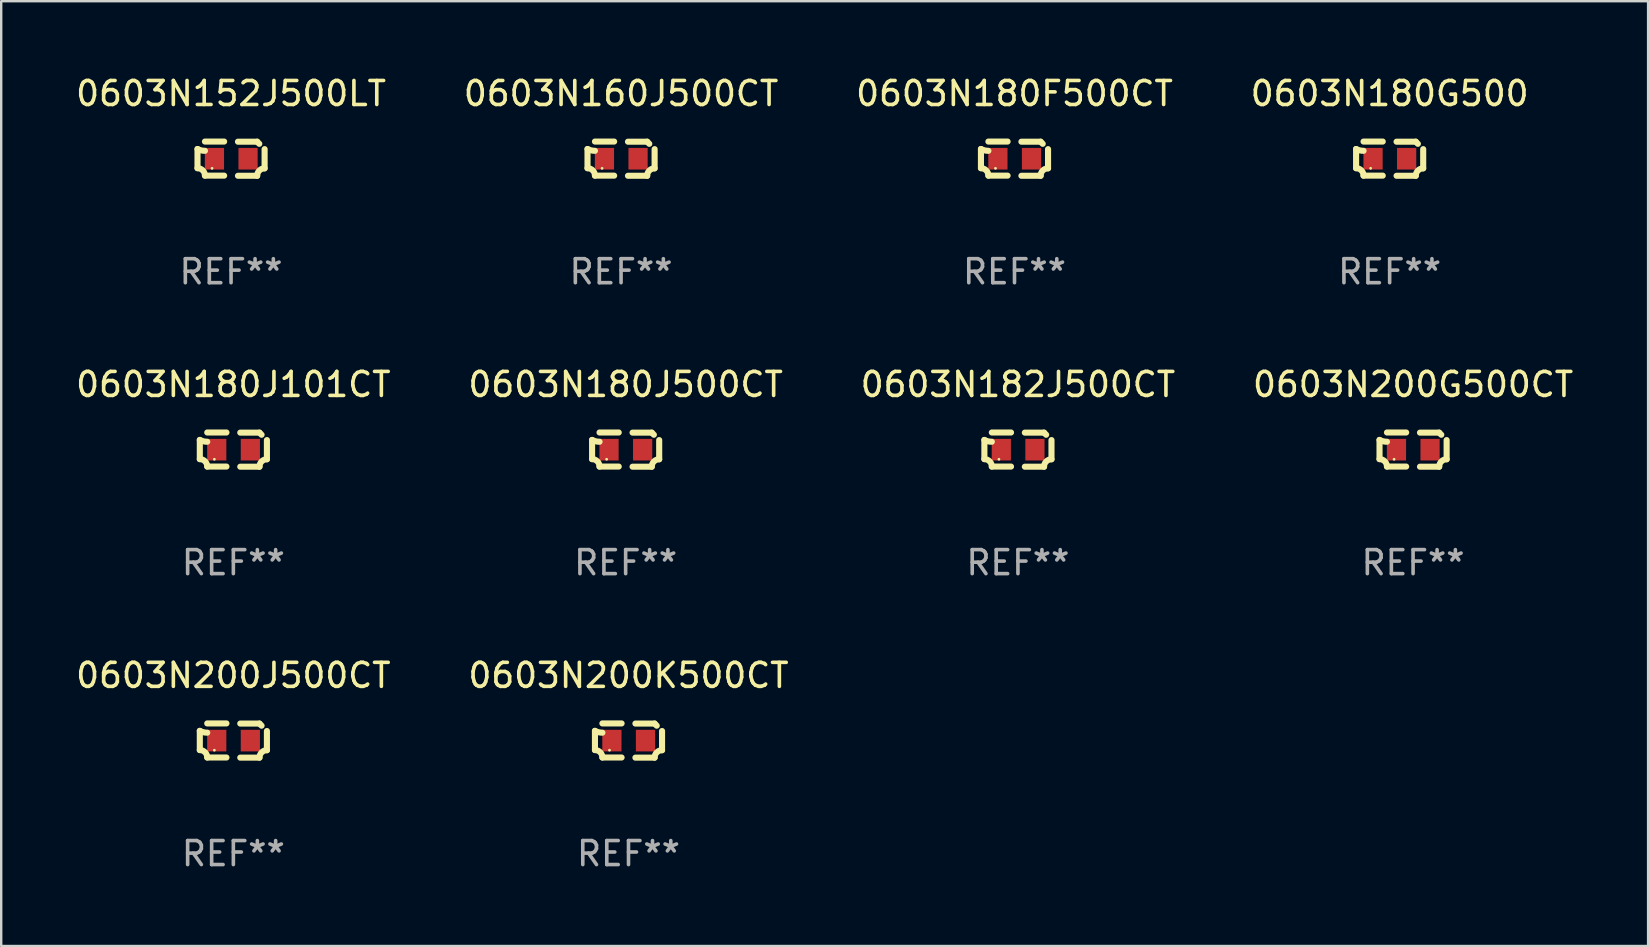
<source format=kicad_pcb>
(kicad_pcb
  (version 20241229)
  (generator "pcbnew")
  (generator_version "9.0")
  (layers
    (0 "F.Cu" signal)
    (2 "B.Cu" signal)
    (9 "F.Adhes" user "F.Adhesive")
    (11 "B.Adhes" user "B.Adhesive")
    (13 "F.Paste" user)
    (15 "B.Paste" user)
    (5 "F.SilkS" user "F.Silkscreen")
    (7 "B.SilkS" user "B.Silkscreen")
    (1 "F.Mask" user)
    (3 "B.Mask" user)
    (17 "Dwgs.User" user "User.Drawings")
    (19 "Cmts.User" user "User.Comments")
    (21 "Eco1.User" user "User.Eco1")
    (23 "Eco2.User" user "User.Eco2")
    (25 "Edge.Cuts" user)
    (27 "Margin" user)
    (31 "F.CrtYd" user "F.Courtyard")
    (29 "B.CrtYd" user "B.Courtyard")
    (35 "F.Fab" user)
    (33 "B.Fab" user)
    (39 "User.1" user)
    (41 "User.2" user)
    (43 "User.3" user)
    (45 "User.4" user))
  (footprint "0603N180F500CT"
    (layer "F.Cu")
    (at 39.22 3.561)
    (property "Reference" "0603N180F500CT" (at 0 -2.713 0) (layer "F.SilkS") (effects (font (size 1 1) (thickness 0.15))))
    (attr through_hole)
    (fp_line (start -1.398 -0.403) (end -1.398 0.397) (stroke (width 0.254) (type solid)) (layer "F.SilkS"))
    (fp_line (start -0.288 -0.713) (end -1.088 -0.713) (stroke (width 0.254) (type solid)) (layer "F.SilkS"))
    (fp_line (start -0.288 0.707) (end -1.088 0.707) (stroke (width 0.254) (type solid)) (layer "F.SilkS"))
    (fp_line (start 0.288 -0.707) (end 1.088 -0.707) (stroke (width 0.254) (type solid)) (layer "F.SilkS"))
    (fp_line (start 0.288 0.713) (end 1.088 0.713) (stroke (width 0.254) (type solid)) (layer "F.SilkS"))
    (fp_line (start 1.398 -0.397) (end 1.398 0.403) (stroke (width 0.254) (type solid)) (layer "F.SilkS"))
    (fp_arc (start -1.397789 0.397066) (mid -1.178701 0.487826) (end -1.08796 0.706922) (stroke (width 0.254001) (type solid)) (layer "F.SilkS"))
    (fp_arc (start -1.08796 -0.327176) (mid -1.247436 -0.346384) (end -1.39779 -0.402908) (stroke (width 0.254001) (type solid)) (layer "F.SilkS"))
    (fp_arc (start 1.087909 0.712738) (mid 1.178656 0.493655) (end 1.397739 0.402908) (stroke (width 0.254001) (type solid)) (layer "F.SilkS"))
    (fp_arc (start 1.175925 -0.618926) (mid 1.131917 -0.662923) (end 1.08791 -0.706922) (stroke (width 0.254001) (type solid)) (layer "F.SilkS"))
    (fp_circle (center -0.792 0.403) (end -0.762 0.403) (stroke (width 0.06) (type solid)) (fill no) (layer "F.SilkS"))
    (fp_text user "REF**" (at 0 4.713 0) (layer "F.Fab") (effects (font (size 1 1) (thickness 0.15))))
    (pad "1" smd rect (at -0.692 0.003) (size 0.8 0.9) (layers "F.Cu" "F.Mask" "F.Paste"))
    (pad "2" smd rect (at 0.708 0.003) (size 0.8 0.9) (layers "F.Cu" "F.Mask" "F.Paste")))
  (footprint "0603N200K500CT"
    (layer "F.Cu")
    (at 23.137 27.805)
    (property "Reference" "0603N200K500CT" (at 0 -2.713 0) (layer "F.SilkS") (effects (font (size 1 1) (thickness 0.15))))
    (attr through_hole)
    (fp_line (start -1.398 -0.403) (end -1.398 0.397) (stroke (width 0.254) (type solid)) (layer "F.SilkS"))
    (fp_line (start -0.288 -0.713) (end -1.088 -0.713) (stroke (width 0.254) (type solid)) (layer "F.SilkS"))
    (fp_line (start -0.288 0.707) (end -1.088 0.707) (stroke (width 0.254) (type solid)) (layer "F.SilkS"))
    (fp_line (start 0.288 -0.707) (end 1.088 -0.707) (stroke (width 0.254) (type solid)) (layer "F.SilkS"))
    (fp_line (start 0.288 0.713) (end 1.088 0.713) (stroke (width 0.254) (type solid)) (layer "F.SilkS"))
    (fp_line (start 1.398 -0.397) (end 1.398 0.403) (stroke (width 0.254) (type solid)) (layer "F.SilkS"))
    (fp_arc (start -1.397789 0.397066) (mid -1.178701 0.487826) (end -1.08796 0.706922) (stroke (width 0.254001) (type solid)) (layer "F.SilkS"))
    (fp_arc (start -1.08796 -0.327176) (mid -1.247436 -0.346384) (end -1.39779 -0.402908) (stroke (width 0.254001) (type solid)) (layer "F.SilkS"))
    (fp_arc (start 1.087909 0.712738) (mid 1.178656 0.493655) (end 1.397739 0.402908) (stroke (width 0.254001) (type solid)) (layer "F.SilkS"))
    (fp_arc (start 1.175925 -0.618926) (mid 1.131917 -0.662923) (end 1.08791 -0.706922) (stroke (width 0.254001) (type solid)) (layer "F.SilkS"))
    (fp_circle (center -0.792 0.403) (end -0.762 0.403) (stroke (width 0.06) (type solid)) (fill no) (layer "F.SilkS"))
    (fp_text user "REF**" (at 0 4.713 0) (layer "F.Fab") (effects (font (size 1 1) (thickness 0.15))))
    (pad "1" smd rect (at -0.692 0.003) (size 0.8 0.9) (layers "F.Cu" "F.Mask" "F.Paste"))
    (pad "2" smd rect (at 0.708 0.003) (size 0.8 0.9) (layers "F.Cu" "F.Mask" "F.Paste")))
  (footprint "0603N180G500"
    (layer "F.Cu")
    (at 54.851 3.561)
    (property "Reference" "0603N180G500" (at 0 -2.713 0) (layer "F.SilkS") (effects (font (size 1 1) (thickness 0.15))))
    (attr through_hole)
    (fp_line (start -1.398 -0.403) (end -1.398 0.397) (stroke (width 0.254) (type solid)) (layer "F.SilkS"))
    (fp_line (start -0.288 -0.713) (end -1.088 -0.713) (stroke (width 0.254) (type solid)) (layer "F.SilkS"))
    (fp_line (start -0.288 0.707) (end -1.088 0.707) (stroke (width 0.254) (type solid)) (layer "F.SilkS"))
    (fp_line (start 0.288 -0.707) (end 1.088 -0.707) (stroke (width 0.254) (type solid)) (layer "F.SilkS"))
    (fp_line (start 0.288 0.713) (end 1.088 0.713) (stroke (width 0.254) (type solid)) (layer "F.SilkS"))
    (fp_line (start 1.398 -0.397) (end 1.398 0.403) (stroke (width 0.254) (type solid)) (layer "F.SilkS"))
    (fp_arc (start -1.397789 0.397066) (mid -1.178701 0.487826) (end -1.08796 0.706922) (stroke (width 0.254001) (type solid)) (layer "F.SilkS"))
    (fp_arc (start -1.08796 -0.327176) (mid -1.247436 -0.346384) (end -1.39779 -0.402908) (stroke (width 0.254001) (type solid)) (layer "F.SilkS"))
    (fp_arc (start 1.087909 0.712738) (mid 1.178656 0.493655) (end 1.397739 0.402908) (stroke (width 0.254001) (type solid)) (layer "F.SilkS"))
    (fp_arc (start 1.175925 -0.618926) (mid 1.131917 -0.662923) (end 1.08791 -0.706922) (stroke (width 0.254001) (type solid)) (layer "F.SilkS"))
    (fp_circle (center -0.792 0.403) (end -0.762 0.403) (stroke (width 0.06) (type solid)) (fill no) (layer "F.SilkS"))
    (fp_text user "REF**" (at 0 4.713 0) (layer "F.Fab") (effects (font (size 1 1) (thickness 0.15))))
    (pad "1" smd rect (at -0.692 0.003) (size 0.8 0.9) (layers "F.Cu" "F.Mask" "F.Paste"))
    (pad "2" smd rect (at 0.708 0.003) (size 0.8 0.9) (layers "F.Cu" "F.Mask" "F.Paste")))
  (footprint "0603N180J500CT"
    (layer "F.Cu")
    (at 23.018 15.683)
    (property "Reference" "0603N180J500CT" (at 0 -2.713 0) (layer "F.SilkS") (effects (font (size 1 1) (thickness 0.15))))
    (attr through_hole)
    (fp_line (start -1.398 -0.403) (end -1.398 0.397) (stroke (width 0.254) (type solid)) (layer "F.SilkS"))
    (fp_line (start -0.288 -0.713) (end -1.088 -0.713) (stroke (width 0.254) (type solid)) (layer "F.SilkS"))
    (fp_line (start -0.288 0.707) (end -1.088 0.707) (stroke (width 0.254) (type solid)) (layer "F.SilkS"))
    (fp_line (start 0.288 -0.707) (end 1.088 -0.707) (stroke (width 0.254) (type solid)) (layer "F.SilkS"))
    (fp_line (start 0.288 0.713) (end 1.088 0.713) (stroke (width 0.254) (type solid)) (layer "F.SilkS"))
    (fp_line (start 1.398 -0.397) (end 1.398 0.403) (stroke (width 0.254) (type solid)) (layer "F.SilkS"))
    (fp_arc (start -1.397789 0.397066) (mid -1.178701 0.487826) (end -1.08796 0.706922) (stroke (width 0.254001) (type solid)) (layer "F.SilkS"))
    (fp_arc (start -1.08796 -0.327176) (mid -1.247436 -0.346384) (end -1.39779 -0.402908) (stroke (width 0.254001) (type solid)) (layer "F.SilkS"))
    (fp_arc (start 1.087909 0.712738) (mid 1.178656 0.493655) (end 1.397739 0.402908) (stroke (width 0.254001) (type solid)) (layer "F.SilkS"))
    (fp_arc (start 1.175925 -0.618926) (mid 1.131917 -0.662923) (end 1.08791 -0.706922) (stroke (width 0.254001) (type solid)) (layer "F.SilkS"))
    (fp_circle (center -0.792 0.403) (end -0.762 0.403) (stroke (width 0.06) (type solid)) (fill no) (layer "F.SilkS"))
    (fp_text user "REF**" (at 0 4.713 0) (layer "F.Fab") (effects (font (size 1 1) (thickness 0.15))))
    (pad "1" smd rect (at -0.692 0.003) (size 0.8 0.9) (layers "F.Cu" "F.Mask" "F.Paste"))
    (pad "2" smd rect (at 0.708 0.003) (size 0.8 0.9) (layers "F.Cu" "F.Mask" "F.Paste")))
  (footprint "0603N200J500CT"
    (layer "F.Cu")
    (at 6.673 27.805)
    (property "Reference" "0603N200J500CT" (at 0 -2.713 0) (layer "F.SilkS") (effects (font (size 1 1) (thickness 0.15))))
    (attr through_hole)
    (fp_line (start -1.398 -0.403) (end -1.398 0.397) (stroke (width 0.254) (type solid)) (layer "F.SilkS"))
    (fp_line (start -0.288 -0.713) (end -1.088 -0.713) (stroke (width 0.254) (type solid)) (layer "F.SilkS"))
    (fp_line (start -0.288 0.707) (end -1.088 0.707) (stroke (width 0.254) (type solid)) (layer "F.SilkS"))
    (fp_line (start 0.288 -0.707) (end 1.088 -0.707) (stroke (width 0.254) (type solid)) (layer "F.SilkS"))
    (fp_line (start 0.288 0.713) (end 1.088 0.713) (stroke (width 0.254) (type solid)) (layer "F.SilkS"))
    (fp_line (start 1.398 -0.397) (end 1.398 0.403) (stroke (width 0.254) (type solid)) (layer "F.SilkS"))
    (fp_arc (start -1.397789 0.397066) (mid -1.178701 0.487826) (end -1.08796 0.706922) (stroke (width 0.254001) (type solid)) (layer "F.SilkS"))
    (fp_arc (start -1.08796 -0.327176) (mid -1.247436 -0.346384) (end -1.39779 -0.402908) (stroke (width 0.254001) (type solid)) (layer "F.SilkS"))
    (fp_arc (start 1.087909 0.712738) (mid 1.178656 0.493655) (end 1.397739 0.402908) (stroke (width 0.254001) (type solid)) (layer "F.SilkS"))
    (fp_arc (start 1.175925 -0.618926) (mid 1.131917 -0.662923) (end 1.08791 -0.706922) (stroke (width 0.254001) (type solid)) (layer "F.SilkS"))
    (fp_circle (center -0.792 0.403) (end -0.762 0.403) (stroke (width 0.06) (type solid)) (fill no) (layer "F.SilkS"))
    (fp_text user "REF**" (at 0 4.713 0) (layer "F.Fab") (effects (font (size 1 1) (thickness 0.15))))
    (pad "1" smd rect (at -0.692 0.003) (size 0.8 0.9) (layers "F.Cu" "F.Mask" "F.Paste"))
    (pad "2" smd rect (at 0.708 0.003) (size 0.8 0.9) (layers "F.Cu" "F.Mask" "F.Paste")))
  (footprint "0603N200G500CT"
    (layer "F.Cu")
    (at 55.827 15.683)
    (property "Reference" "0603N200G500CT" (at 0 -2.713 0) (layer "F.SilkS") (effects (font (size 1 1) (thickness 0.15))))
    (attr through_hole)
    (fp_line (start -1.398 -0.403) (end -1.398 0.397) (stroke (width 0.254) (type solid)) (layer "F.SilkS"))
    (fp_line (start -0.288 -0.713) (end -1.088 -0.713) (stroke (width 0.254) (type solid)) (layer "F.SilkS"))
    (fp_line (start -0.288 0.707) (end -1.088 0.707) (stroke (width 0.254) (type solid)) (layer "F.SilkS"))
    (fp_line (start 0.288 -0.707) (end 1.088 -0.707) (stroke (width 0.254) (type solid)) (layer "F.SilkS"))
    (fp_line (start 0.288 0.713) (end 1.088 0.713) (stroke (width 0.254) (type solid)) (layer "F.SilkS"))
    (fp_line (start 1.398 -0.397) (end 1.398 0.403) (stroke (width 0.254) (type solid)) (layer "F.SilkS"))
    (fp_arc (start -1.397789 0.397066) (mid -1.178701 0.487826) (end -1.08796 0.706922) (stroke (width 0.254001) (type solid)) (layer "F.SilkS"))
    (fp_arc (start -1.08796 -0.327176) (mid -1.247436 -0.346384) (end -1.39779 -0.402908) (stroke (width 0.254001) (type solid)) (layer "F.SilkS"))
    (fp_arc (start 1.087909 0.712738) (mid 1.178656 0.493655) (end 1.397739 0.402908) (stroke (width 0.254001) (type solid)) (layer "F.SilkS"))
    (fp_arc (start 1.175925 -0.618926) (mid 1.131917 -0.662923) (end 1.08791 -0.706922) (stroke (width 0.254001) (type solid)) (layer "F.SilkS"))
    (fp_circle (center -0.792 0.403) (end -0.762 0.403) (stroke (width 0.06) (type solid)) (fill no) (layer "F.SilkS"))
    (fp_text user "REF**" (at 0 4.713 0) (layer "F.Fab") (effects (font (size 1 1) (thickness 0.15))))
    (pad "1" smd rect (at -0.692 0.003) (size 0.8 0.9) (layers "F.Cu" "F.Mask" "F.Paste"))
    (pad "2" smd rect (at 0.708 0.003) (size 0.8 0.9) (layers "F.Cu" "F.Mask" "F.Paste")))
  (footprint "0603N152J500LT"
    (layer "F.Cu")
    (at 6.577 3.561)
    (property "Reference" "0603N152J500LT" (at 0 -2.713 0) (layer "F.SilkS") (effects (font (size 1 1) (thickness 0.15))))
    (attr through_hole)
    (fp_line (start -1.398 -0.403) (end -1.398 0.397) (stroke (width 0.254) (type solid)) (layer "F.SilkS"))
    (fp_line (start -0.288 -0.713) (end -1.088 -0.713) (stroke (width 0.254) (type solid)) (layer "F.SilkS"))
    (fp_line (start -0.288 0.707) (end -1.088 0.707) (stroke (width 0.254) (type solid)) (layer "F.SilkS"))
    (fp_line (start 0.288 -0.707) (end 1.088 -0.707) (stroke (width 0.254) (type solid)) (layer "F.SilkS"))
    (fp_line (start 0.288 0.713) (end 1.088 0.713) (stroke (width 0.254) (type solid)) (layer "F.SilkS"))
    (fp_line (start 1.398 -0.397) (end 1.398 0.403) (stroke (width 0.254) (type solid)) (layer "F.SilkS"))
    (fp_arc (start -1.397789 0.397066) (mid -1.178701 0.487826) (end -1.08796 0.706922) (stroke (width 0.254001) (type solid)) (layer "F.SilkS"))
    (fp_arc (start -1.08796 -0.327176) (mid -1.247436 -0.346384) (end -1.39779 -0.402908) (stroke (width 0.254001) (type solid)) (layer "F.SilkS"))
    (fp_arc (start 1.087909 0.712738) (mid 1.178656 0.493655) (end 1.397739 0.402908) (stroke (width 0.254001) (type solid)) (layer "F.SilkS"))
    (fp_arc (start 1.175925 -0.618926) (mid 1.131917 -0.662923) (end 1.08791 -0.706922) (stroke (width 0.254001) (type solid)) (layer "F.SilkS"))
    (fp_circle (center -0.792 0.403) (end -0.762 0.403) (stroke (width 0.06) (type solid)) (fill no) (layer "F.SilkS"))
    (fp_text user "REF**" (at 0 4.713 0) (layer "F.Fab") (effects (font (size 1 1) (thickness 0.15))))
    (pad "1" smd rect (at -0.692 0.003) (size 0.8 0.9) (layers "F.Cu" "F.Mask" "F.Paste"))
    (pad "2" smd rect (at 0.708 0.003) (size 0.8 0.9) (layers "F.Cu" "F.Mask" "F.Paste")))
  (footprint "0603N180J101CT"
    (layer "F.Cu")
    (at 6.673 15.683)
    (property "Reference" "0603N180J101CT" (at 0 -2.713 0) (layer "F.SilkS") (effects (font (size 1 1) (thickness 0.15))))
    (attr through_hole)
    (fp_line (start -1.398 -0.403) (end -1.398 0.397) (stroke (width 0.254) (type solid)) (layer "F.SilkS"))
    (fp_line (start -0.288 -0.713) (end -1.088 -0.713) (stroke (width 0.254) (type solid)) (layer "F.SilkS"))
    (fp_line (start -0.288 0.707) (end -1.088 0.707) (stroke (width 0.254) (type solid)) (layer "F.SilkS"))
    (fp_line (start 0.288 -0.707) (end 1.088 -0.707) (stroke (width 0.254) (type solid)) (layer "F.SilkS"))
    (fp_line (start 0.288 0.713) (end 1.088 0.713) (stroke (width 0.254) (type solid)) (layer "F.SilkS"))
    (fp_line (start 1.398 -0.397) (end 1.398 0.403) (stroke (width 0.254) (type solid)) (layer "F.SilkS"))
    (fp_arc (start -1.397789 0.397066) (mid -1.178701 0.487826) (end -1.08796 0.706922) (stroke (width 0.254001) (type solid)) (layer "F.SilkS"))
    (fp_arc (start -1.08796 -0.327176) (mid -1.247436 -0.346384) (end -1.39779 -0.402908) (stroke (width 0.254001) (type solid)) (layer "F.SilkS"))
    (fp_arc (start 1.087909 0.712738) (mid 1.178656 0.493655) (end 1.397739 0.402908) (stroke (width 0.254001) (type solid)) (layer "F.SilkS"))
    (fp_arc (start 1.175925 -0.618926) (mid 1.131917 -0.662923) (end 1.08791 -0.706922) (stroke (width 0.254001) (type solid)) (layer "F.SilkS"))
    (fp_circle (center -0.792 0.403) (end -0.762 0.403) (stroke (width 0.06) (type solid)) (fill no) (layer "F.SilkS"))
    (fp_text user "REF**" (at 0 4.713 0) (layer "F.Fab") (effects (font (size 1 1) (thickness 0.15))))
    (pad "1" smd rect (at -0.692 0.003) (size 0.8 0.9) (layers "F.Cu" "F.Mask" "F.Paste"))
    (pad "2" smd rect (at 0.708 0.003) (size 0.8 0.9) (layers "F.Cu" "F.Mask" "F.Paste")))
  (footprint "0603N182J500CT"
    (layer "F.Cu")
    (at 39.363 15.683)
    (property "Reference" "0603N182J500CT" (at 0 -2.713 0) (layer "F.SilkS") (effects (font (size 1 1) (thickness 0.15))))
    (attr through_hole)
    (fp_line (start -1.398 -0.403) (end -1.398 0.397) (stroke (width 0.254) (type solid)) (layer "F.SilkS"))
    (fp_line (start -0.288 -0.713) (end -1.088 -0.713) (stroke (width 0.254) (type solid)) (layer "F.SilkS"))
    (fp_line (start -0.288 0.707) (end -1.088 0.707) (stroke (width 0.254) (type solid)) (layer "F.SilkS"))
    (fp_line (start 0.288 -0.707) (end 1.088 -0.707) (stroke (width 0.254) (type solid)) (layer "F.SilkS"))
    (fp_line (start 0.288 0.713) (end 1.088 0.713) (stroke (width 0.254) (type solid)) (layer "F.SilkS"))
    (fp_line (start 1.398 -0.397) (end 1.398 0.403) (stroke (width 0.254) (type solid)) (layer "F.SilkS"))
    (fp_arc (start -1.397789 0.397066) (mid -1.178701 0.487826) (end -1.08796 0.706922) (stroke (width 0.254001) (type solid)) (layer "F.SilkS"))
    (fp_arc (start -1.08796 -0.327176) (mid -1.247436 -0.346384) (end -1.39779 -0.402908) (stroke (width 0.254001) (type solid)) (layer "F.SilkS"))
    (fp_arc (start 1.087909 0.712738) (mid 1.178656 0.493655) (end 1.397739 0.402908) (stroke (width 0.254001) (type solid)) (layer "F.SilkS"))
    (fp_arc (start 1.175925 -0.618926) (mid 1.131917 -0.662923) (end 1.08791 -0.706922) (stroke (width 0.254001) (type solid)) (layer "F.SilkS"))
    (fp_circle (center -0.792 0.403) (end -0.762 0.403) (stroke (width 0.06) (type solid)) (fill no) (layer "F.SilkS"))
    (fp_text user "REF**" (at 0 4.713 0) (layer "F.Fab") (effects (font (size 1 1) (thickness 0.15))))
    (pad "1" smd rect (at -0.692 0.003) (size 0.8 0.9) (layers "F.Cu" "F.Mask" "F.Paste"))
    (pad "2" smd rect (at 0.708 0.003) (size 0.8 0.9) (layers "F.Cu" "F.Mask" "F.Paste")))
  (footprint "0603N160J500CT"
    (layer "F.Cu")
    (at 22.827 3.561)
    (property "Reference" "0603N160J500CT" (at 0 -2.713 0) (layer "F.SilkS") (effects (font (size 1 1) (thickness 0.15))))
    (attr through_hole)
    (fp_line (start -1.398 -0.403) (end -1.398 0.397) (stroke (width 0.254) (type solid)) (layer "F.SilkS"))
    (fp_line (start -0.288 -0.713) (end -1.088 -0.713) (stroke (width 0.254) (type solid)) (layer "F.SilkS"))
    (fp_line (start -0.288 0.707) (end -1.088 0.707) (stroke (width 0.254) (type solid)) (layer "F.SilkS"))
    (fp_line (start 0.288 -0.707) (end 1.088 -0.707) (stroke (width 0.254) (type solid)) (layer "F.SilkS"))
    (fp_line (start 0.288 0.713) (end 1.088 0.713) (stroke (width 0.254) (type solid)) (layer "F.SilkS"))
    (fp_line (start 1.398 -0.397) (end 1.398 0.403) (stroke (width 0.254) (type solid)) (layer "F.SilkS"))
    (fp_arc (start -1.397789 0.397066) (mid -1.178701 0.487826) (end -1.08796 0.706922) (stroke (width 0.254001) (type solid)) (layer "F.SilkS"))
    (fp_arc (start -1.08796 -0.327176) (mid -1.247436 -0.346384) (end -1.39779 -0.402908) (stroke (width 0.254001) (type solid)) (layer "F.SilkS"))
    (fp_arc (start 1.087909 0.712738) (mid 1.178656 0.493655) (end 1.397739 0.402908) (stroke (width 0.254001) (type solid)) (layer "F.SilkS"))
    (fp_arc (start 1.175925 -0.618926) (mid 1.131917 -0.662923) (end 1.08791 -0.706922) (stroke (width 0.254001) (type solid)) (layer "F.SilkS"))
    (fp_circle (center -0.792 0.403) (end -0.762 0.403) (stroke (width 0.06) (type solid)) (fill no) (layer "F.SilkS"))
    (fp_text user "REF**" (at 0 4.713 0) (layer "F.Fab") (effects (font (size 1 1) (thickness 0.15))))
    (pad "1" smd rect (at -0.692 0.003) (size 0.8 0.9) (layers "F.Cu" "F.Mask" "F.Paste"))
    (pad "2" smd rect (at 0.708 0.003) (size 0.8 0.9) (layers "F.Cu" "F.Mask" "F.Paste")))
  (gr_rect
    (start -3 -3)
    (end 65.619 36.366)
    (stroke (width 0.1) (type default))
    (fill no)
    (layer "Edge.Cuts")))
</source>
